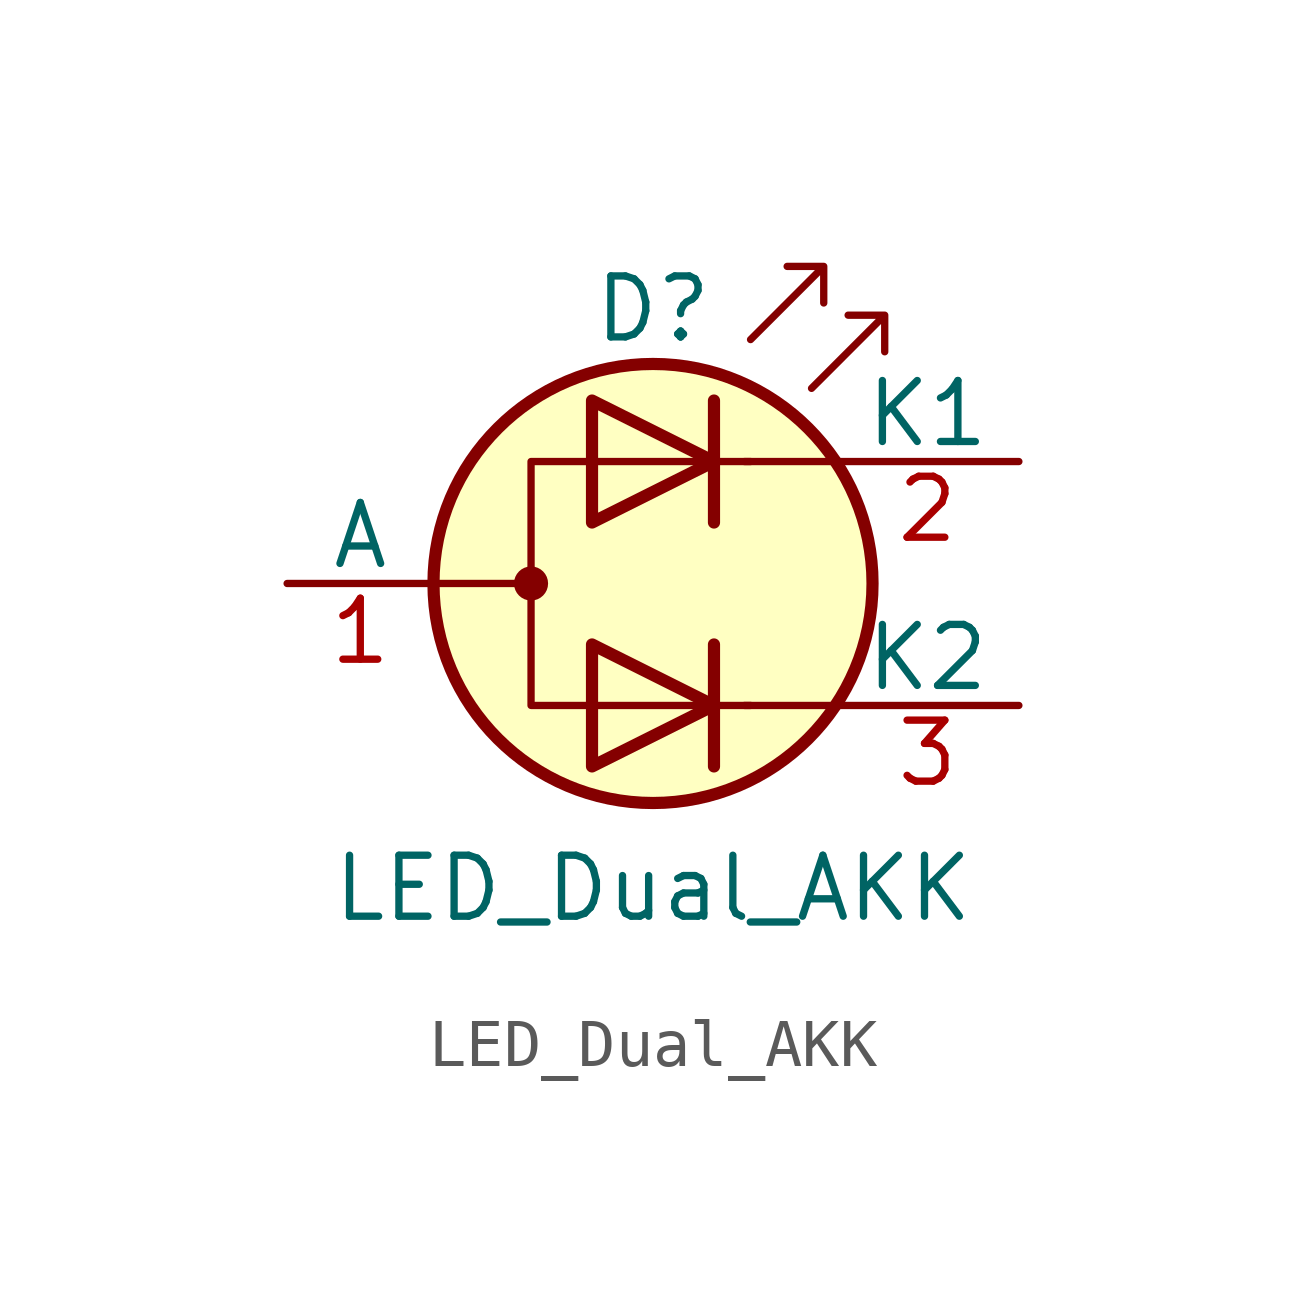
<source format=kicad_sym>
(kicad_symbol_lib
  (version 20211014)
  (generator kicad_symbol_editor)
  (symbol "LED_Dual_AKK"
    (pin_names
      (offset 0))
    (property "Reference" "D"
      (at 0 5.715 0)
      (effects (font (size 1.27 1.27))))
    (property "Value" "LED_Dual_AKK"
      (at 0 -6.35 0)
      (effects (font (size 1.27 1.27))))
    (symbol "LED_Dual_AKK_0_1"
      (circle (center -2.54 0) (radius 0.279) (stroke (width 0) (type default) (color 0 0 0 0)) (fill (type outline)))
      (polyline (pts (xy -4.572 0) (xy -2.54 0)) (stroke (width 0) (type default) (color 0 0 0 0)) (fill (type none)))
      (polyline (pts (xy 1.27 -1.27) (xy 1.27 -3.81)) (stroke (width 0.254) (type default) (color 0 0 0 0)) (fill (type none)))
      (polyline (pts (xy 1.27 3.81) (xy 1.27 1.27)) (stroke (width 0.254) (type default) (color 0 0 0 0)) (fill (type none)))
      (polyline (pts (xy 3.81 -2.54) (xy 1.905 -2.54)) (stroke (width 0) (type default) (color 0 0 0 0)) (fill (type none)))
      (polyline (pts (xy 3.81 2.54) (xy 1.905 2.54)) (stroke (width 0) (type default) (color 0 0 0 0)) (fill (type none)))
      (polyline (pts (xy -1.27 -1.27) (xy -1.27 -3.81) (xy 1.27 -2.54) (xy -1.27 -1.27)) (stroke (width 0.254) (type default) (color 0 0 0 0)) (fill (type none)))
      (polyline (pts (xy -1.27 3.81) (xy -1.27 1.27) (xy 1.27 2.54) (xy -1.27 3.81)) (stroke (width 0.254) (type default) (color 0 0 0 0)) (fill (type none)))
      (polyline (pts (xy 2.032 2.54) (xy -2.54 2.54) (xy -2.54 -2.54) (xy 2.032 -2.54)) (stroke (width 0) (type default) (color 0 0 0 0)) (fill (type none)))
      (polyline (pts (xy 2.032 5.08) (xy 3.556 6.604) (xy 2.794 6.604) (xy 3.556 6.604) (xy 3.556 5.842)) (stroke (width 0) (type default) (color 0 0 0 0)) (fill (type none)))
      (polyline (pts (xy 3.302 4.064) (xy 4.826 5.588) (xy 4.064 5.588) (xy 4.826 5.588) (xy 4.826 4.826)) (stroke (width 0) (type default) (color 0 0 0 0)) (fill (type none)))
      (circle (center 0 0) (radius 4.572) (stroke (width 0.254) (type default) (color 0 0 0 0)) (fill (type background))))
    (symbol "LED_Dual_AKK_1_1"
      (pin input line (at -7.62 0 0) (length 3.048) (name "A" (effects (font (size 1.27 1.27)))) (number "1" (effects (font (size 1.27 1.27)))))
      (pin input line (at 7.62 2.54 180) (length 3.81) (name "K1" (effects (font (size 1.27 1.27)))) (number "2" (effects (font (size 1.27 1.27)))))
      (pin input line (at 7.62 -2.54 180) (length 3.81) (name "K2" (effects (font (size 1.27 1.27)))) (number "3" (effects (font (size 1.27 1.27))))))))
</source>
